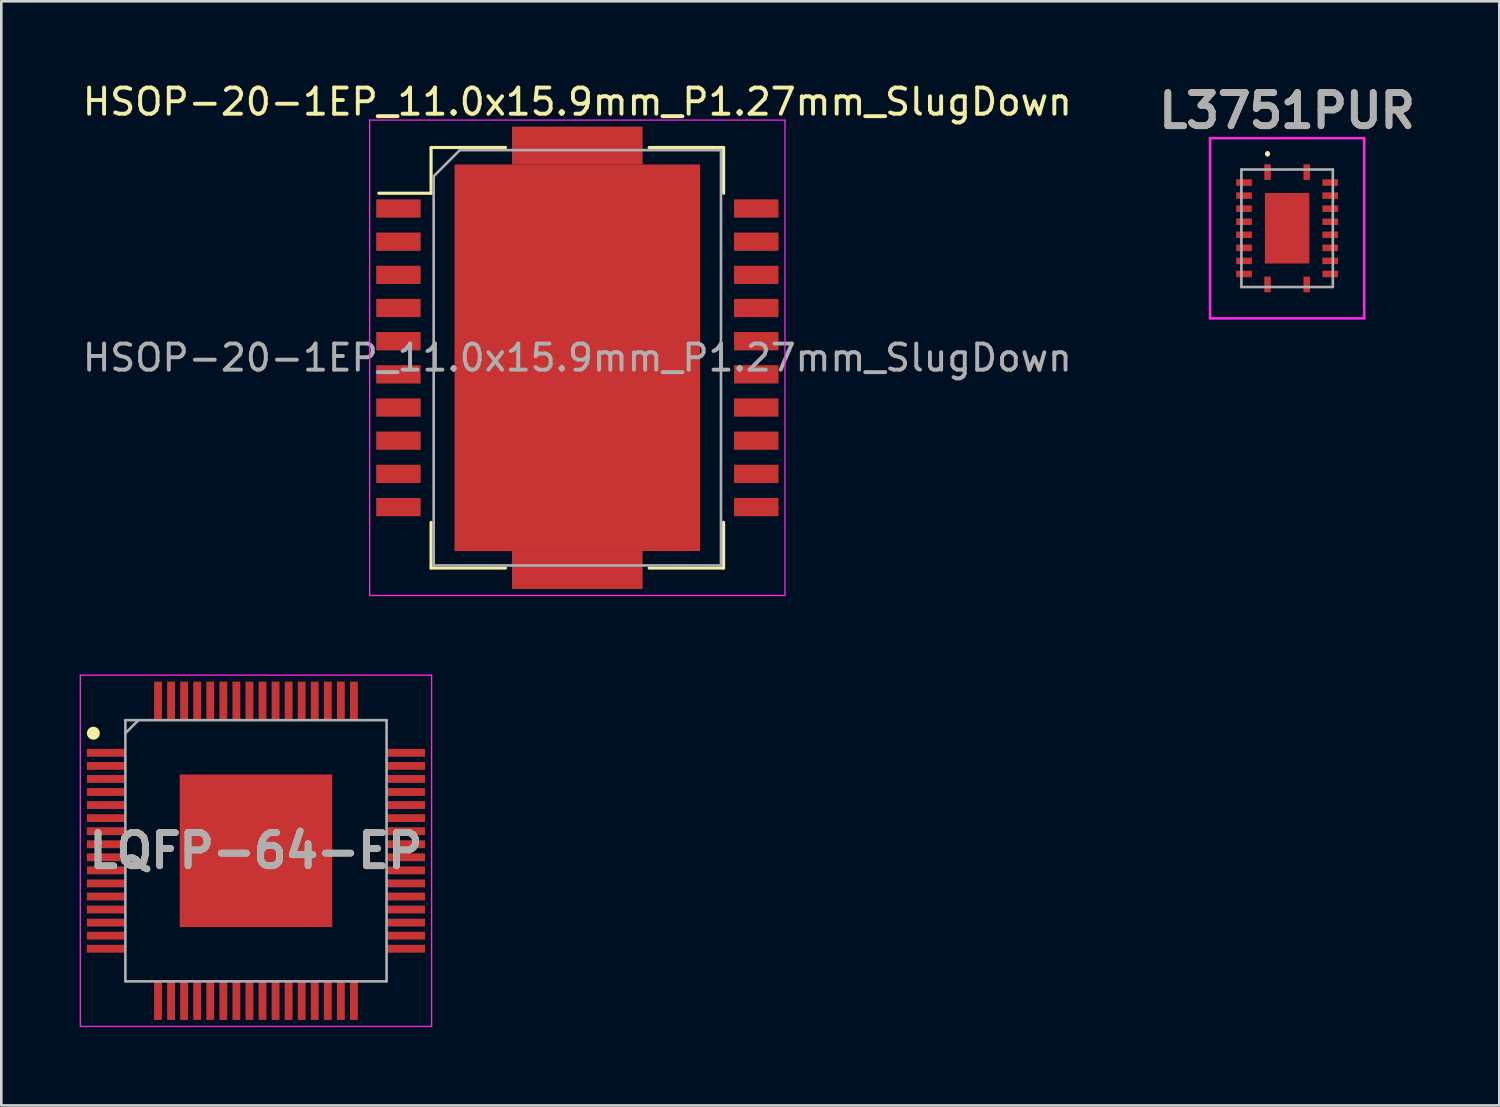
<source format=kicad_pcb>
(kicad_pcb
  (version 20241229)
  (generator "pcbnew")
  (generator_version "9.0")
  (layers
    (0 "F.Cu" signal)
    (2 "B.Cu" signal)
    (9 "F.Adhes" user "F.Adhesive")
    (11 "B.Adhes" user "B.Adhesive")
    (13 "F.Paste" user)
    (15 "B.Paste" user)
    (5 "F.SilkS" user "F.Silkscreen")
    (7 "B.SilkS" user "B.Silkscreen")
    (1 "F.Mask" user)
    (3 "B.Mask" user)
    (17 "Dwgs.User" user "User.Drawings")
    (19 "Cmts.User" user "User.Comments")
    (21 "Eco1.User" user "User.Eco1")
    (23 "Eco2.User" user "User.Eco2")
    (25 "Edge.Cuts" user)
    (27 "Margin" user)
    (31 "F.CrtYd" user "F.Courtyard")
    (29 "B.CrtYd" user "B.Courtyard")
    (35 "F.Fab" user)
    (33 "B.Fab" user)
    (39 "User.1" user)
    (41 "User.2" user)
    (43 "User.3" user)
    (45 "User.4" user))
  (footprint "L3751PUR"
    (layer "F.Cu")
    (at 46.229 5.689)
    (property "Reference" "L3751PUR" (at 0 -4.5 0) (layer "F.SilkS") (effects (font (size 1.27 1.27) (thickness 0.254))))
    (attr smd)
    (fp_line (start -0.75 -2.9) (end -0.75 -2.9) (stroke (width 0.1) (type solid)) (layer "F.SilkS"))
    (fp_line (start -0.75 -2.8) (end -0.75 -2.8) (stroke (width 0.1) (type solid)) (layer "F.SilkS"))
    (fp_arc (start -0.75 -2.9) (mid -0.7 -2.85) (end -0.75 -2.8) (stroke (width 0.1) (type solid)) (layer "F.SilkS"))
    (fp_arc (start -0.75 -2.8) (mid -0.8 -2.85) (end -0.75 -2.9) (stroke (width 0.1) (type solid)) (layer "F.SilkS"))
    (fp_line (start -2.95 -3.45) (end 2.95 -3.45) (stroke (width 0.1) (type solid)) (layer "F.CrtYd"))
    (fp_line (start -2.95 3.45) (end -2.95 -3.45) (stroke (width 0.1) (type solid)) (layer "F.CrtYd"))
    (fp_line (start 2.95 -3.45) (end 2.95 3.45) (stroke (width 0.1) (type solid)) (layer "F.CrtYd"))
    (fp_line (start 2.95 3.45) (end -2.95 3.45) (stroke (width 0.1) (type solid)) (layer "F.CrtYd"))
    (fp_line (start -1.75 -2.25) (end -1.75 2.25) (stroke (width 0.1) (type solid)) (layer "F.Fab"))
    (fp_line (start -1.75 2.25) (end 1.75 2.25) (stroke (width 0.1) (type solid)) (layer "F.Fab"))
    (fp_line (start 1.75 -2.25) (end -1.75 -2.25) (stroke (width 0.1) (type solid)) (layer "F.Fab"))
    (fp_line (start 1.75 2.25) (end 1.75 -2.25) (stroke (width 0.1) (type solid)) (layer "F.Fab"))
    (fp_text user "${REFERENCE}" (at 0 -4.5 0) (layer "F.Fab") (effects (font (size 1.27 1.27) (thickness 0.254))))
    (pad "1" smd rect (at -0.75 -2.15) (size 0.25 0.6) (layers "F.Cu" "F.Mask" "F.Paste"))
    (pad "2" smd rect (at -1.65 -1.75 90) (size 0.25 0.6) (layers "F.Cu" "F.Mask" "F.Paste"))
    (pad "3" smd rect (at -1.65 -1.25 90) (size 0.25 0.6) (layers "F.Cu" "F.Mask" "F.Paste"))
    (pad "4" smd rect (at -1.65 -0.75 90) (size 0.25 0.6) (layers "F.Cu" "F.Mask" "F.Paste"))
    (pad "5" smd rect (at -1.65 -0.25 90) (size 0.25 0.6) (layers "F.Cu" "F.Mask" "F.Paste"))
    (pad "6" smd rect (at -1.65 0.25 90) (size 0.25 0.6) (layers "F.Cu" "F.Mask" "F.Paste"))
    (pad "7" smd rect (at -1.65 0.75 90) (size 0.25 0.6) (layers "F.Cu" "F.Mask" "F.Paste"))
    (pad "8" smd rect (at -1.65 1.25 90) (size 0.25 0.6) (layers "F.Cu" "F.Mask" "F.Paste"))
    (pad "9" smd rect (at -1.65 1.75 90) (size 0.25 0.6) (layers "F.Cu" "F.Mask" "F.Paste"))
    (pad "10" smd rect (at -0.75 2.15) (size 0.25 0.6) (layers "F.Cu" "F.Mask" "F.Paste"))
    (pad "11" smd rect (at 0.75 2.15) (size 0.25 0.6) (layers "F.Cu" "F.Mask" "F.Paste"))
    (pad "12" smd rect (at 1.65 1.75 90) (size 0.25 0.6) (layers "F.Cu" "F.Mask" "F.Paste"))
    (pad "13" smd rect (at 1.65 1.25 90) (size 0.25 0.6) (layers "F.Cu" "F.Mask" "F.Paste"))
    (pad "14" smd rect (at 1.65 0.75 90) (size 0.25 0.6) (layers "F.Cu" "F.Mask" "F.Paste"))
    (pad "15" smd rect (at 1.65 0.25 90) (size 0.25 0.6) (layers "F.Cu" "F.Mask" "F.Paste"))
    (pad "16" smd rect (at 1.65 -0.25 90) (size 0.25 0.6) (layers "F.Cu" "F.Mask" "F.Paste"))
    (pad "17" smd rect (at 1.65 -0.75 90) (size 0.25 0.6) (layers "F.Cu" "F.Mask" "F.Paste"))
    (pad "18" smd rect (at 1.65 -1.25 90) (size 0.25 0.6) (layers "F.Cu" "F.Mask" "F.Paste"))
    (pad "19" smd rect (at 1.65 -1.75 90) (size 0.25 0.6) (layers "F.Cu" "F.Mask" "F.Paste"))
    (pad "20" smd rect (at 0.75 -2.15) (size 0.25 0.6) (layers "F.Cu" "F.Mask" "F.Paste"))
    (pad "21" smd rect (at 0 0) (size 1.7 2.7) (layers "F.Cu" "F.Mask" "F.Paste")))
  (footprint "LQFP-64-EP"
    (layer "F.Cu")
    (at 6.75 29.523)
    (property "Reference" "LQFP-64-EP" (at 0 0 0) (layer "F.SilkS") (effects (font (size 1.27 1.27) (thickness 0.254))))
    (attr smd)
    (fp_circle (center -6.225 -4.5) (end -6.225 -4.375) (stroke (width 0.25) (type solid)) (fill no) (layer "F.SilkS"))
    (fp_line (start -6.725 -6.725) (end 6.725 -6.725) (stroke (width 0.05) (type solid)) (layer "F.CrtYd"))
    (fp_line (start -6.725 6.725) (end -6.725 -6.725) (stroke (width 0.05) (type solid)) (layer "F.CrtYd"))
    (fp_line (start 6.725 -6.725) (end 6.725 6.725) (stroke (width 0.05) (type solid)) (layer "F.CrtYd"))
    (fp_line (start 6.725 6.725) (end -6.725 6.725) (stroke (width 0.05) (type solid)) (layer "F.CrtYd"))
    (fp_line (start -5 -5) (end 5 -5) (stroke (width 0.1) (type solid)) (layer "F.Fab"))
    (fp_line (start -5 -4.5) (end -4.5 -5) (stroke (width 0.1) (type solid)) (layer "F.Fab"))
    (fp_line (start -5 5) (end -5 -5) (stroke (width 0.1) (type solid)) (layer "F.Fab"))
    (fp_line (start 5 -5) (end 5 5) (stroke (width 0.1) (type solid)) (layer "F.Fab"))
    (fp_line (start 5 5) (end -5 5) (stroke (width 0.1) (type solid)) (layer "F.Fab"))
    (fp_text user "${REFERENCE}" (at 0 0 0) (layer "F.Fab") (effects (font (size 1.27 1.27) (thickness 0.254))))
    (pad "1" smd rect (at -5.738 -3.75 90) (size 0.3 1.475) (layers "F.Cu" "F.Mask" "F.Paste"))
    (pad "2" smd rect (at -5.738 -3.25 90) (size 0.3 1.475) (layers "F.Cu" "F.Mask" "F.Paste"))
    (pad "3" smd rect (at -5.738 -2.75 90) (size 0.3 1.475) (layers "F.Cu" "F.Mask" "F.Paste"))
    (pad "4" smd rect (at -5.738 -2.25 90) (size 0.3 1.475) (layers "F.Cu" "F.Mask" "F.Paste"))
    (pad "5" smd rect (at -5.738 -1.75 90) (size 0.3 1.475) (layers "F.Cu" "F.Mask" "F.Paste"))
    (pad "6" smd rect (at -5.738 -1.25 90) (size 0.3 1.475) (layers "F.Cu" "F.Mask" "F.Paste"))
    (pad "7" smd rect (at -5.738 -0.75 90) (size 0.3 1.475) (layers "F.Cu" "F.Mask" "F.Paste"))
    (pad "8" smd rect (at -5.738 -0.25 90) (size 0.3 1.475) (layers "F.Cu" "F.Mask" "F.Paste"))
    (pad "9" smd rect (at -5.738 0.25 90) (size 0.3 1.475) (layers "F.Cu" "F.Mask" "F.Paste"))
    (pad "10" smd rect (at -5.738 0.75 90) (size 0.3 1.475) (layers "F.Cu" "F.Mask" "F.Paste"))
    (pad "11" smd rect (at -5.738 1.25 90) (size 0.3 1.475) (layers "F.Cu" "F.Mask" "F.Paste"))
    (pad "12" smd rect (at -5.738 1.75 90) (size 0.3 1.475) (layers "F.Cu" "F.Mask" "F.Paste"))
    (pad "13" smd rect (at -5.738 2.25 90) (size 0.3 1.475) (layers "F.Cu" "F.Mask" "F.Paste"))
    (pad "14" smd rect (at -5.738 2.75 90) (size 0.3 1.475) (layers "F.Cu" "F.Mask" "F.Paste"))
    (pad "15" smd rect (at -5.738 3.25 90) (size 0.3 1.475) (layers "F.Cu" "F.Mask" "F.Paste"))
    (pad "16" smd rect (at -5.738 3.75 90) (size 0.3 1.475) (layers "F.Cu" "F.Mask" "F.Paste"))
    (pad "17" smd rect (at -3.75 5.738) (size 0.3 1.475) (layers "F.Cu" "F.Mask" "F.Paste"))
    (pad "18" smd rect (at -3.25 5.738) (size 0.3 1.475) (layers "F.Cu" "F.Mask" "F.Paste"))
    (pad "19" smd rect (at -2.75 5.738) (size 0.3 1.475) (layers "F.Cu" "F.Mask" "F.Paste"))
    (pad "20" smd rect (at -2.25 5.738) (size 0.3 1.475) (layers "F.Cu" "F.Mask" "F.Paste"))
    (pad "21" smd rect (at -1.75 5.738) (size 0.3 1.475) (layers "F.Cu" "F.Mask" "F.Paste"))
    (pad "22" smd rect (at -1.25 5.738) (size 0.3 1.475) (layers "F.Cu" "F.Mask" "F.Paste"))
    (pad "23" smd rect (at -0.75 5.738) (size 0.3 1.475) (layers "F.Cu" "F.Mask" "F.Paste"))
    (pad "24" smd rect (at -0.25 5.738) (size 0.3 1.475) (layers "F.Cu" "F.Mask" "F.Paste"))
    (pad "25" smd rect (at 0.25 5.738) (size 0.3 1.475) (layers "F.Cu" "F.Mask" "F.Paste"))
    (pad "26" smd rect (at 0.75 5.738) (size 0.3 1.475) (layers "F.Cu" "F.Mask" "F.Paste"))
    (pad "27" smd rect (at 1.25 5.738) (size 0.3 1.475) (layers "F.Cu" "F.Mask" "F.Paste"))
    (pad "28" smd rect (at 1.75 5.738) (size 0.3 1.475) (layers "F.Cu" "F.Mask" "F.Paste"))
    (pad "29" smd rect (at 2.25 5.738) (size 0.3 1.475) (layers "F.Cu" "F.Mask" "F.Paste"))
    (pad "30" smd rect (at 2.75 5.738) (size 0.3 1.475) (layers "F.Cu" "F.Mask" "F.Paste"))
    (pad "31" smd rect (at 3.25 5.738) (size 0.3 1.475) (layers "F.Cu" "F.Mask" "F.Paste"))
    (pad "32" smd rect (at 3.75 5.738) (size 0.3 1.475) (layers "F.Cu" "F.Mask" "F.Paste"))
    (pad "33" smd rect (at 5.738 3.75 90) (size 0.3 1.475) (layers "F.Cu" "F.Mask" "F.Paste"))
    (pad "34" smd rect (at 5.738 3.25 90) (size 0.3 1.475) (layers "F.Cu" "F.Mask" "F.Paste"))
    (pad "35" smd rect (at 5.738 2.75 90) (size 0.3 1.475) (layers "F.Cu" "F.Mask" "F.Paste"))
    (pad "36" smd rect (at 5.738 2.25 90) (size 0.3 1.475) (layers "F.Cu" "F.Mask" "F.Paste"))
    (pad "37" smd rect (at 5.738 1.75 90) (size 0.3 1.475) (layers "F.Cu" "F.Mask" "F.Paste"))
    (pad "38" smd rect (at 5.738 1.25 90) (size 0.3 1.475) (layers "F.Cu" "F.Mask" "F.Paste"))
    (pad "39" smd rect (at 5.738 0.75 90) (size 0.3 1.475) (layers "F.Cu" "F.Mask" "F.Paste"))
    (pad "40" smd rect (at 5.738 0.25 90) (size 0.3 1.475) (layers "F.Cu" "F.Mask" "F.Paste"))
    (pad "41" smd rect (at 5.738 -0.25 90) (size 0.3 1.475) (layers "F.Cu" "F.Mask" "F.Paste"))
    (pad "42" smd rect (at 5.738 -0.75 90) (size 0.3 1.475) (layers "F.Cu" "F.Mask" "F.Paste"))
    (pad "43" smd rect (at 5.738 -1.25 90) (size 0.3 1.475) (layers "F.Cu" "F.Mask" "F.Paste"))
    (pad "44" smd rect (at 5.738 -1.75 90) (size 0.3 1.475) (layers "F.Cu" "F.Mask" "F.Paste"))
    (pad "45" smd rect (at 5.738 -2.25 90) (size 0.3 1.475) (layers "F.Cu" "F.Mask" "F.Paste"))
    (pad "46" smd rect (at 5.738 -2.75 90) (size 0.3 1.475) (layers "F.Cu" "F.Mask" "F.Paste"))
    (pad "47" smd rect (at 5.738 -3.25 90) (size 0.3 1.475) (layers "F.Cu" "F.Mask" "F.Paste"))
    (pad "48" smd rect (at 5.738 -3.75 90) (size 0.3 1.475) (layers "F.Cu" "F.Mask" "F.Paste"))
    (pad "49" smd rect (at 3.75 -5.738) (size 0.3 1.475) (layers "F.Cu" "F.Mask" "F.Paste"))
    (pad "50" smd rect (at 3.25 -5.738) (size 0.3 1.475) (layers "F.Cu" "F.Mask" "F.Paste"))
    (pad "51" smd rect (at 2.75 -5.738) (size 0.3 1.475) (layers "F.Cu" "F.Mask" "F.Paste"))
    (pad "52" smd rect (at 2.25 -5.738) (size 0.3 1.475) (layers "F.Cu" "F.Mask" "F.Paste"))
    (pad "53" smd rect (at 1.75 -5.738) (size 0.3 1.475) (layers "F.Cu" "F.Mask" "F.Paste"))
    (pad "54" smd rect (at 1.25 -5.738) (size 0.3 1.475) (layers "F.Cu" "F.Mask" "F.Paste"))
    (pad "55" smd rect (at 0.75 -5.738) (size 0.3 1.475) (layers "F.Cu" "F.Mask" "F.Paste"))
    (pad "56" smd rect (at 0.25 -5.738) (size 0.3 1.475) (layers "F.Cu" "F.Mask" "F.Paste"))
    (pad "57" smd rect (at -0.25 -5.738) (size 0.3 1.475) (layers "F.Cu" "F.Mask" "F.Paste"))
    (pad "58" smd rect (at -0.75 -5.738) (size 0.3 1.475) (layers "F.Cu" "F.Mask" "F.Paste"))
    (pad "59" smd rect (at -1.25 -5.738) (size 0.3 1.475) (layers "F.Cu" "F.Mask" "F.Paste"))
    (pad "60" smd rect (at -1.75 -5.738) (size 0.3 1.475) (layers "F.Cu" "F.Mask" "F.Paste"))
    (pad "61" smd rect (at -2.25 -5.738) (size 0.3 1.475) (layers "F.Cu" "F.Mask" "F.Paste"))
    (pad "62" smd rect (at -2.75 -5.738) (size 0.3 1.475) (layers "F.Cu" "F.Mask" "F.Paste"))
    (pad "63" smd rect (at -3.25 -5.738) (size 0.3 1.475) (layers "F.Cu" "F.Mask" "F.Paste"))
    (pad "64" smd rect (at -3.75 -5.738) (size 0.3 1.475) (layers "F.Cu" "F.Mask" "F.Paste"))
    (pad "65" smd rect (at 0 0) (size 5.84 5.84) (layers "F.Cu" "F.Mask" "F.Paste")))
  (footprint "HSOP-20-1EP_11.0x15.9mm_P1.27mm_SlugDown"
    (layer "F.Cu")
    (at 19.054 10.648)
    (property "Reference" "HSOP-20-1EP_11.0x15.9mm_P1.27mm_SlugDown" (at 0 -9.8 0) (layer "F.SilkS") (effects (font (size 1 1) (thickness 0.15))))
    (attr smd)
    (fp_line (start -5.6 -8.05) (end -5.6 -6.3) (stroke (width 0.12) (type solid)) (layer "F.SilkS"))
    (fp_line (start -5.6 -6.3) (end -7.6 -6.3) (stroke (width 0.12) (type solid)) (layer "F.SilkS"))
    (fp_line (start -5.6 8.05) (end -5.6 6.3) (stroke (width 0.12) (type solid)) (layer "F.SilkS"))
    (fp_line (start -2.75 -8.05) (end -5.6 -8.05) (stroke (width 0.12) (type solid)) (layer "F.SilkS"))
    (fp_line (start -2.75 8.05) (end -5.6 8.05) (stroke (width 0.12) (type solid)) (layer "F.SilkS"))
    (fp_line (start 5.6 -8.05) (end 2.75 -8.05) (stroke (width 0.12) (type solid)) (layer "F.SilkS"))
    (fp_line (start 5.6 -8.05) (end 5.6 -6.3) (stroke (width 0.12) (type solid)) (layer "F.SilkS"))
    (fp_line (start 5.6 8.05) (end 2.75 8.05) (stroke (width 0.12) (type solid)) (layer "F.SilkS"))
    (fp_line (start 5.6 8.05) (end 5.6 6.3) (stroke (width 0.12) (type solid)) (layer "F.SilkS"))
    (fp_line (start -7.95 -9.1) (end -7.95 9.1) (stroke (width 0.05) (type solid)) (layer "F.CrtYd"))
    (fp_line (start -7.95 -9.1) (end 7.95 -9.1) (stroke (width 0.05) (type solid)) (layer "F.CrtYd"))
    (fp_line (start 7.95 9.1) (end -7.95 9.1) (stroke (width 0.05) (type solid)) (layer "F.CrtYd"))
    (fp_line (start 7.95 9.1) (end 7.95 -9.1) (stroke (width 0.05) (type solid)) (layer "F.CrtYd"))
    (fp_line (start -5.5 -6.95) (end -5.5 7.95) (stroke (width 0.1) (type solid)) (layer "F.Fab"))
    (fp_line (start -5.5 7.95) (end 5.5 7.95) (stroke (width 0.1) (type solid)) (layer "F.Fab"))
    (fp_line (start -4.5 -7.95) (end -5.5 -6.95) (stroke (width 0.1) (type solid)) (layer "F.Fab"))
    (fp_line (start 5.5 -7.95) (end -4.5 -7.95) (stroke (width 0.1) (type solid)) (layer "F.Fab"))
    (fp_line (start 5.5 7.95) (end 5.5 -7.95) (stroke (width 0.1) (type solid)) (layer "F.Fab"))
    (fp_text user "${REFERENCE}" (at 0 0 0) (layer "F.Fab") (effects (font (size 1 1) (thickness 0.15))))
    (pad "1" smd rect (at -6.85 -5.715) (size 1.7 0.7) (layers "F.Cu" "F.Mask" "F.Paste"))
    (pad "2" smd rect (at -6.85 -4.445) (size 1.7 0.7) (layers "F.Cu" "F.Mask" "F.Paste"))
    (pad "3" smd rect (at -6.85 -3.175) (size 1.7 0.7) (layers "F.Cu" "F.Mask" "F.Paste"))
    (pad "4" smd rect (at -6.85 -1.905) (size 1.7 0.7) (layers "F.Cu" "F.Mask" "F.Paste"))
    (pad "5" smd rect (at -6.85 -0.635) (size 1.7 0.7) (layers "F.Cu" "F.Mask" "F.Paste"))
    (pad "6" smd rect (at -6.85 0.635) (size 1.7 0.7) (layers "F.Cu" "F.Mask" "F.Paste"))
    (pad "7" smd rect (at -6.85 1.905) (size 1.7 0.7) (layers "F.Cu" "F.Mask" "F.Paste"))
    (pad "8" smd rect (at -6.85 3.175) (size 1.7 0.7) (layers "F.Cu" "F.Mask" "F.Paste"))
    (pad "9" smd rect (at -6.85 4.445) (size 1.7 0.7) (layers "F.Cu" "F.Mask" "F.Paste"))
    (pad "10" smd rect (at -6.85 5.715) (size 1.7 0.7) (layers "F.Cu" "F.Mask" "F.Paste"))
    (pad "11" smd rect (at 6.85 5.715) (size 1.7 0.7) (layers "F.Cu" "F.Mask" "F.Paste"))
    (pad "12" smd rect (at 6.85 4.445) (size 1.7 0.7) (layers "F.Cu" "F.Mask" "F.Paste"))
    (pad "13" smd rect (at 6.85 3.175) (size 1.7 0.7) (layers "F.Cu" "F.Mask" "F.Paste"))
    (pad "14" smd rect (at 6.85 1.905) (size 1.7 0.7) (layers "F.Cu" "F.Mask" "F.Paste"))
    (pad "15" smd rect (at 6.85 0.635) (size 1.7 0.7) (layers "F.Cu" "F.Mask" "F.Paste"))
    (pad "16" smd rect (at 6.85 -0.635) (size 1.7 0.7) (layers "F.Cu" "F.Mask" "F.Paste"))
    (pad "17" smd rect (at 6.85 -1.905) (size 1.7 0.7) (layers "F.Cu" "F.Mask" "F.Paste"))
    (pad "18" smd rect (at 6.85 -3.175) (size 1.7 0.7) (layers "F.Cu" "F.Mask" "F.Paste"))
    (pad "19" smd rect (at 6.85 -4.445) (size 1.7 0.7) (layers "F.Cu" "F.Mask" "F.Paste"))
    (pad "20" smd rect (at 6.85 -5.715) (size 1.7 0.7) (layers "F.Cu" "F.Mask" "F.Paste"))
    (pad "21" smd rect (at 0 -8.125) (size 5 1.45) (layers "F.Cu" "F.Mask" "F.Paste"))
    (pad "21" smd rect (at 0 0) (size 9.4 14.8) (layers "F.Cu" "F.Mask" "F.Paste"))
    (pad "21" smd rect (at 0 8.125) (size 5 1.45) (layers "F.Cu" "F.Mask" "F.Paste")))
  (gr_rect
    (start -3 -3)
    (end 54.352 39.273)
    (stroke (width 0.1) (type default))
    (fill no)
    (layer "Edge.Cuts")))
</source>
